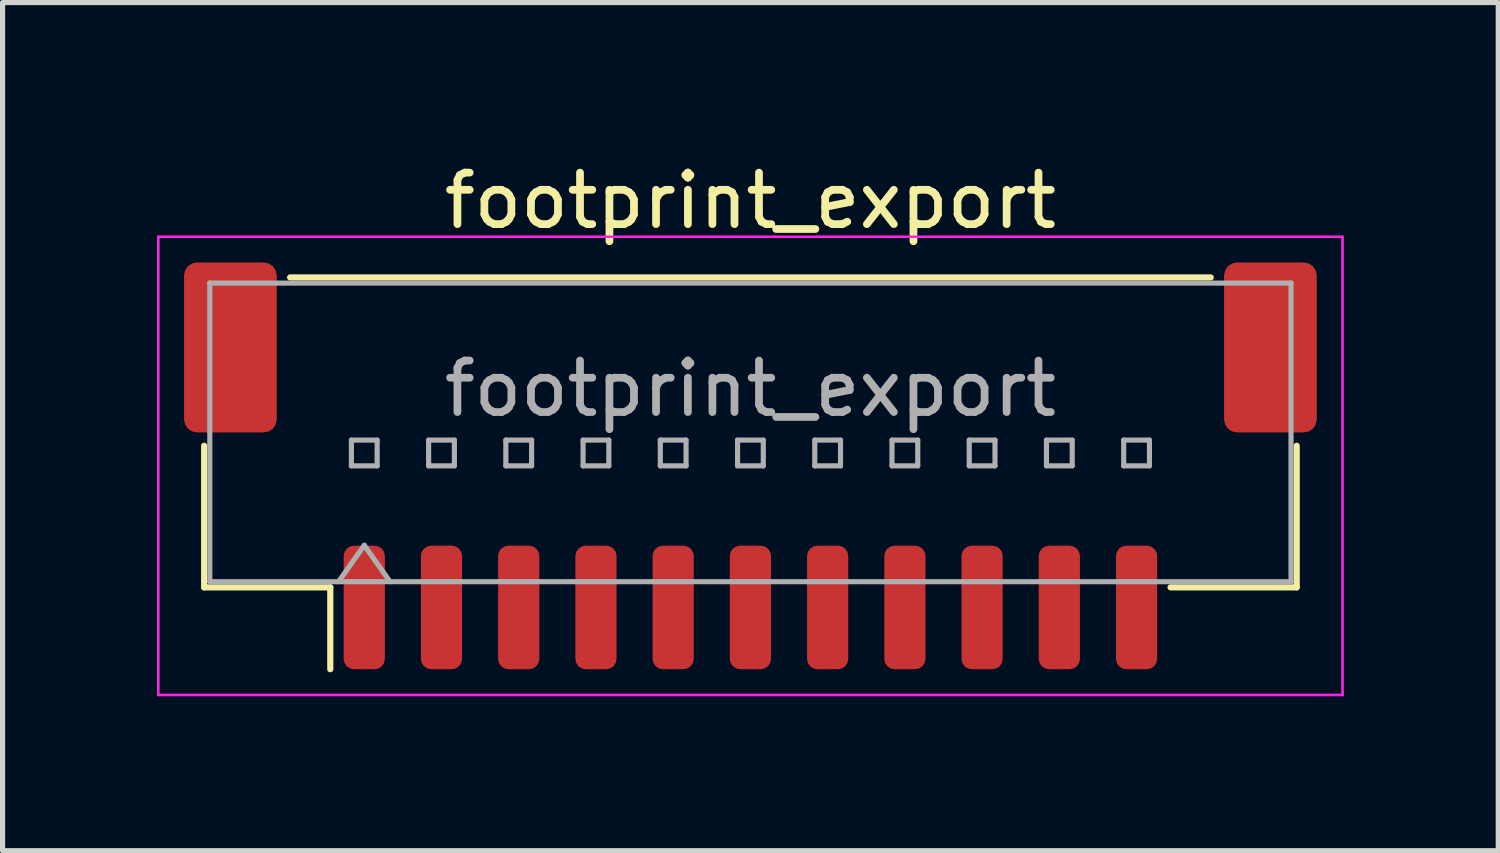
<source format=kicad_pcb>
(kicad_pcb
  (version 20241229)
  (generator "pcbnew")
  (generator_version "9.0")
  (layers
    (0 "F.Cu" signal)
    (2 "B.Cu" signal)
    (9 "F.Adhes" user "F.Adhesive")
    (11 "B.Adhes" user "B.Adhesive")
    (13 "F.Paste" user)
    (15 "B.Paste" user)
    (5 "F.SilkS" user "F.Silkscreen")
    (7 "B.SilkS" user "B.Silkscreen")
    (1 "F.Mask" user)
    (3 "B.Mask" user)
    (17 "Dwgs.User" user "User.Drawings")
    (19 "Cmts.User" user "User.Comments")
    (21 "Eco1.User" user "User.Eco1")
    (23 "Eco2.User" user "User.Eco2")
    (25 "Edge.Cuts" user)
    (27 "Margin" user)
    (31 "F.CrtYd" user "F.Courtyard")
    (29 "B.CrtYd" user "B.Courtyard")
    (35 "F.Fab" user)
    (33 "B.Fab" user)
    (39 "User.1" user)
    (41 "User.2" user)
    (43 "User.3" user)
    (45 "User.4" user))
  (footprint "footprint_export"
    (layer "F.Cu")
    (at 11.525 5.998)
    (property "Reference" "footprint_export" (at 0 -5.15 0) (layer "F.SilkS") (effects (font (size 1 1) (thickness 0.15))))
    (attr smd)
    (fp_line (start -10.61 -0.39) (end -10.61 2.36) (stroke (width 0.12) (type solid)) (layer "F.SilkS"))
    (fp_line (start -10.61 2.36) (end -8.16 2.36) (stroke (width 0.12) (type solid)) (layer "F.SilkS"))
    (fp_line (start -8.94 -3.66) (end 8.94 -3.66) (stroke (width 0.12) (type solid)) (layer "F.SilkS"))
    (fp_line (start -8.16 2.36) (end -8.16 3.95) (stroke (width 0.12) (type solid)) (layer "F.SilkS"))
    (fp_line (start 10.61 -0.39) (end 10.61 2.36) (stroke (width 0.12) (type solid)) (layer "F.SilkS"))
    (fp_line (start 10.61 2.36) (end 8.16 2.36) (stroke (width 0.12) (type solid)) (layer "F.SilkS"))
    (fp_line (start -11.5 -4.45) (end -11.5 4.45) (stroke (width 0.05) (type solid)) (layer "F.CrtYd"))
    (fp_line (start -11.5 4.45) (end 11.5 4.45) (stroke (width 0.05) (type solid)) (layer "F.CrtYd"))
    (fp_line (start 11.5 -4.45) (end -11.5 -4.45) (stroke (width 0.05) (type solid)) (layer "F.CrtYd"))
    (fp_line (start 11.5 4.45) (end 11.5 -4.45) (stroke (width 0.05) (type solid)) (layer "F.CrtYd"))
    (fp_line (start -10.5 -3.55) (end 10.5 -3.55) (stroke (width 0.1) (type solid)) (layer "F.Fab"))
    (fp_line (start -10.5 2.25) (end -10.5 -3.55) (stroke (width 0.1) (type solid)) (layer "F.Fab"))
    (fp_line (start -10.5 2.25) (end 10.5 2.25) (stroke (width 0.1) (type solid)) (layer "F.Fab"))
    (fp_line (start -8 2.25) (end -7.5 1.543) (stroke (width 0.1) (type solid)) (layer "F.Fab"))
    (fp_line (start -7.75 -0.5) (end -7.75 0) (stroke (width 0.1) (type solid)) (layer "F.Fab"))
    (fp_line (start -7.75 0) (end -7.25 0) (stroke (width 0.1) (type solid)) (layer "F.Fab"))
    (fp_line (start -7.5 1.543) (end -7 2.25) (stroke (width 0.1) (type solid)) (layer "F.Fab"))
    (fp_line (start -7.25 -0.5) (end -7.75 -0.5) (stroke (width 0.1) (type solid)) (layer "F.Fab"))
    (fp_line (start -7.25 0) (end -7.25 -0.5) (stroke (width 0.1) (type solid)) (layer "F.Fab"))
    (fp_line (start -6.25 -0.5) (end -6.25 0) (stroke (width 0.1) (type solid)) (layer "F.Fab"))
    (fp_line (start -6.25 0) (end -5.75 0) (stroke (width 0.1) (type solid)) (layer "F.Fab"))
    (fp_line (start -5.75 -0.5) (end -6.25 -0.5) (stroke (width 0.1) (type solid)) (layer "F.Fab"))
    (fp_line (start -5.75 0) (end -5.75 -0.5) (stroke (width 0.1) (type solid)) (layer "F.Fab"))
    (fp_line (start -4.75 -0.5) (end -4.75 0) (stroke (width 0.1) (type solid)) (layer "F.Fab"))
    (fp_line (start -4.75 0) (end -4.25 0) (stroke (width 0.1) (type solid)) (layer "F.Fab"))
    (fp_line (start -4.25 -0.5) (end -4.75 -0.5) (stroke (width 0.1) (type solid)) (layer "F.Fab"))
    (fp_line (start -4.25 0) (end -4.25 -0.5) (stroke (width 0.1) (type solid)) (layer "F.Fab"))
    (fp_line (start -3.25 -0.5) (end -3.25 0) (stroke (width 0.1) (type solid)) (layer "F.Fab"))
    (fp_line (start -3.25 0) (end -2.75 0) (stroke (width 0.1) (type solid)) (layer "F.Fab"))
    (fp_line (start -2.75 -0.5) (end -3.25 -0.5) (stroke (width 0.1) (type solid)) (layer "F.Fab"))
    (fp_line (start -2.75 0) (end -2.75 -0.5) (stroke (width 0.1) (type solid)) (layer "F.Fab"))
    (fp_line (start -1.75 -0.5) (end -1.75 0) (stroke (width 0.1) (type solid)) (layer "F.Fab"))
    (fp_line (start -1.75 0) (end -1.25 0) (stroke (width 0.1) (type solid)) (layer "F.Fab"))
    (fp_line (start -1.25 -0.5) (end -1.75 -0.5) (stroke (width 0.1) (type solid)) (layer "F.Fab"))
    (fp_line (start -1.25 0) (end -1.25 -0.5) (stroke (width 0.1) (type solid)) (layer "F.Fab"))
    (fp_line (start -0.25 -0.5) (end -0.25 0) (stroke (width 0.1) (type solid)) (layer "F.Fab"))
    (fp_line (start -0.25 0) (end 0.25 0) (stroke (width 0.1) (type solid)) (layer "F.Fab"))
    (fp_line (start 0.25 -0.5) (end -0.25 -0.5) (stroke (width 0.1) (type solid)) (layer "F.Fab"))
    (fp_line (start 0.25 0) (end 0.25 -0.5) (stroke (width 0.1) (type solid)) (layer "F.Fab"))
    (fp_line (start 1.25 -0.5) (end 1.25 0) (stroke (width 0.1) (type solid)) (layer "F.Fab"))
    (fp_line (start 1.25 0) (end 1.75 0) (stroke (width 0.1) (type solid)) (layer "F.Fab"))
    (fp_line (start 1.75 -0.5) (end 1.25 -0.5) (stroke (width 0.1) (type solid)) (layer "F.Fab"))
    (fp_line (start 1.75 0) (end 1.75 -0.5) (stroke (width 0.1) (type solid)) (layer "F.Fab"))
    (fp_line (start 2.75 -0.5) (end 2.75 0) (stroke (width 0.1) (type solid)) (layer "F.Fab"))
    (fp_line (start 2.75 0) (end 3.25 0) (stroke (width 0.1) (type solid)) (layer "F.Fab"))
    (fp_line (start 3.25 -0.5) (end 2.75 -0.5) (stroke (width 0.1) (type solid)) (layer "F.Fab"))
    (fp_line (start 3.25 0) (end 3.25 -0.5) (stroke (width 0.1) (type solid)) (layer "F.Fab"))
    (fp_line (start 4.25 -0.5) (end 4.25 0) (stroke (width 0.1) (type solid)) (layer "F.Fab"))
    (fp_line (start 4.25 0) (end 4.75 0) (stroke (width 0.1) (type solid)) (layer "F.Fab"))
    (fp_line (start 4.75 -0.5) (end 4.25 -0.5) (stroke (width 0.1) (type solid)) (layer "F.Fab"))
    (fp_line (start 4.75 0) (end 4.75 -0.5) (stroke (width 0.1) (type solid)) (layer "F.Fab"))
    (fp_line (start 5.75 -0.5) (end 5.75 0) (stroke (width 0.1) (type solid)) (layer "F.Fab"))
    (fp_line (start 5.75 0) (end 6.25 0) (stroke (width 0.1) (type solid)) (layer "F.Fab"))
    (fp_line (start 6.25 -0.5) (end 5.75 -0.5) (stroke (width 0.1) (type solid)) (layer "F.Fab"))
    (fp_line (start 6.25 0) (end 6.25 -0.5) (stroke (width 0.1) (type solid)) (layer "F.Fab"))
    (fp_line (start 7.25 -0.5) (end 7.25 0) (stroke (width 0.1) (type solid)) (layer "F.Fab"))
    (fp_line (start 7.25 0) (end 7.75 0) (stroke (width 0.1) (type solid)) (layer "F.Fab"))
    (fp_line (start 7.75 -0.5) (end 7.25 -0.5) (stroke (width 0.1) (type solid)) (layer "F.Fab"))
    (fp_line (start 7.75 0) (end 7.75 -0.5) (stroke (width 0.1) (type solid)) (layer "F.Fab"))
    (fp_line (start 10.5 2.25) (end 10.5 -3.55) (stroke (width 0.1) (type solid)) (layer "F.Fab"))
    (fp_text user "${REFERENCE}" (at 0 -1.5 0) (layer "F.Fab") (effects (font (size 1 1) (thickness 0.15))))
    (pad "1" smd roundrect (at -7.5 2.75) (size 0.8 2.4) (layers "F.Cu" "F.Mask" "F.Paste") (roundrect_rratio 0.25))
    (pad "2" smd roundrect (at -6 2.75) (size 0.8 2.4) (layers "F.Cu" "F.Mask" "F.Paste") (roundrect_rratio 0.25))
    (pad "3" smd roundrect (at -4.5 2.75) (size 0.8 2.4) (layers "F.Cu" "F.Mask" "F.Paste") (roundrect_rratio 0.25))
    (pad "4" smd roundrect (at -3 2.75) (size 0.8 2.4) (layers "F.Cu" "F.Mask" "F.Paste") (roundrect_rratio 0.25))
    (pad "5" smd roundrect (at -1.5 2.75) (size 0.8 2.4) (layers "F.Cu" "F.Mask" "F.Paste") (roundrect_rratio 0.25))
    (pad "6" smd roundrect (at 0 2.75) (size 0.8 2.4) (layers "F.Cu" "F.Mask" "F.Paste") (roundrect_rratio 0.25))
    (pad "7" smd roundrect (at 1.5 2.75) (size 0.8 2.4) (layers "F.Cu" "F.Mask" "F.Paste") (roundrect_rratio 0.25))
    (pad "8" smd roundrect (at 3 2.75) (size 0.8 2.4) (layers "F.Cu" "F.Mask" "F.Paste") (roundrect_rratio 0.25))
    (pad "9" smd roundrect (at 4.5 2.75) (size 0.8 2.4) (layers "F.Cu" "F.Mask" "F.Paste") (roundrect_rratio 0.25))
    (pad "10" smd roundrect (at 6 2.75) (size 0.8 2.4) (layers "F.Cu" "F.Mask" "F.Paste") (roundrect_rratio 0.25))
    (pad "11" smd roundrect (at 7.5 2.75) (size 0.8 2.4) (layers "F.Cu" "F.Mask" "F.Paste") (roundrect_rratio 0.25))
    (pad "MP" smd roundrect (at -10.1 -2.3) (size 1.8 3.3) (layers "F.Cu" "F.Mask" "F.Paste") (roundrect_rratio 0.139))
    (pad "MP" smd roundrect (at 10.1 -2.3) (size 1.8 3.3) (layers "F.Cu" "F.Mask" "F.Paste") (roundrect_rratio 0.139)))
  (gr_rect
    (start -3 -3)
    (end 26.05 13.473)
    (stroke (width 0.1) (type default))
    (fill no)
    (layer "Edge.Cuts")))
</source>
